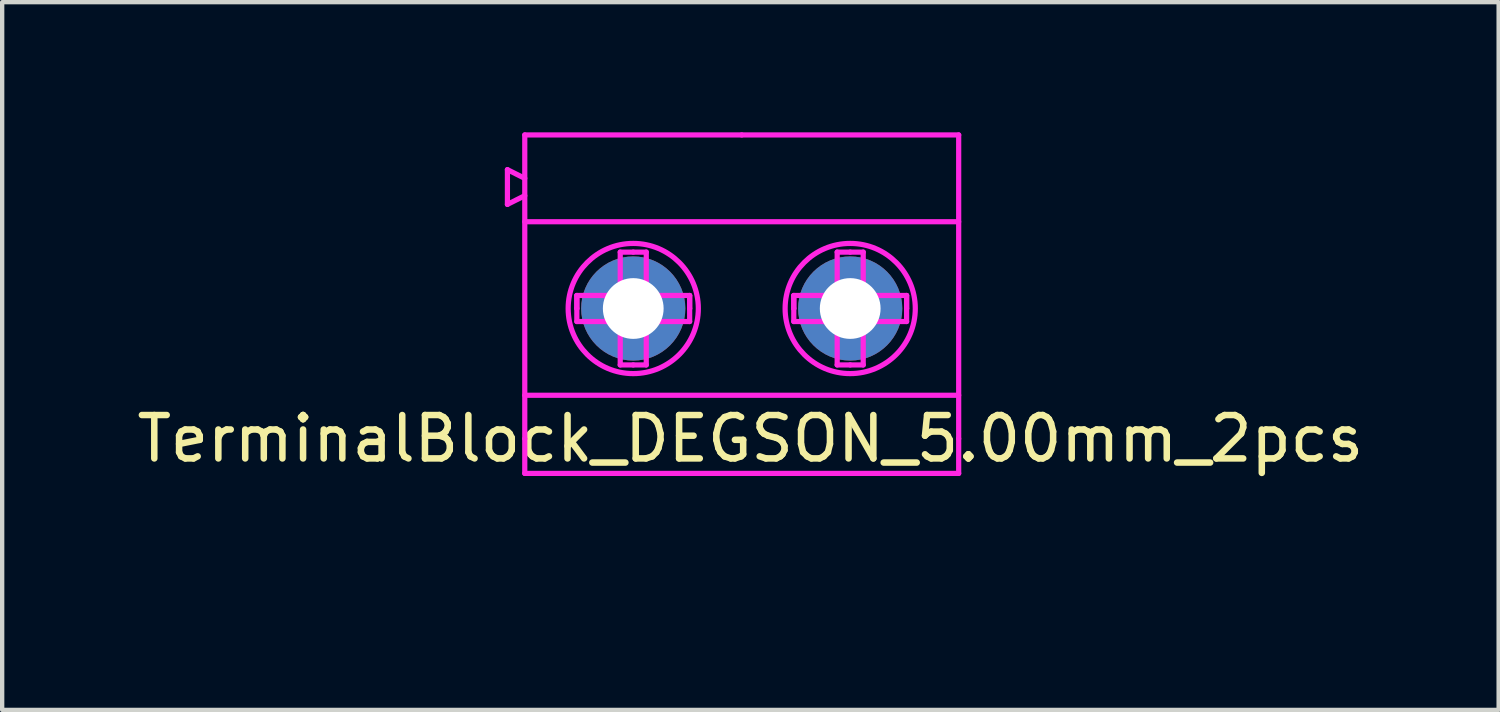
<source format=kicad_pcb>
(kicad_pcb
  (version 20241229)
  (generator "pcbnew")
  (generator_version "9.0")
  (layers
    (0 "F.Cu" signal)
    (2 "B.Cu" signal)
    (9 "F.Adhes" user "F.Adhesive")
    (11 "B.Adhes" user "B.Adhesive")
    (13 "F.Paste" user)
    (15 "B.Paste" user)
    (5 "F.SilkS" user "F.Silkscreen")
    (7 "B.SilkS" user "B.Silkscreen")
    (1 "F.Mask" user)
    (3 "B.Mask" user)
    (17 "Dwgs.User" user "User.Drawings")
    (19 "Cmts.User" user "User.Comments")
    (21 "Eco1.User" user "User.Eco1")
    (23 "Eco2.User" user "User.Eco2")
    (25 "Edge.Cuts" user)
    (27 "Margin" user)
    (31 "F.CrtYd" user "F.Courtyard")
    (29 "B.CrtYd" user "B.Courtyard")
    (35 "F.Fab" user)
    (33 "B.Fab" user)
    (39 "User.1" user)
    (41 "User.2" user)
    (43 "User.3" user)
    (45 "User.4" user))
  (footprint "TerminalBlock_DEGSON_5.00mm_2pcs"
    (layer "F.Cu")
    (at 14.044 10.06)
    (property "Reference" "TerminalBlock_DEGSON_5.00mm_2pcs" (at 0.2 -3 0) (layer "F.SilkS") (effects (font (size 1 1) (thickness 0.15))))
    (attr through_hole)
    (fp_line (start -5.4 -9.2) (end -5 -9) (stroke (width 0.12) (type solid)) (layer "F.CrtYd"))
    (fp_line (start -5.4 -8.4) (end -5.4 -9.2) (stroke (width 0.12) (type solid)) (layer "F.CrtYd"))
    (fp_line (start -5 -10) (end -5 -3) (stroke (width 0.12) (type solid)) (layer "F.CrtYd"))
    (fp_line (start -5 -8.6) (end -5.4 -8.4) (stroke (width 0.12) (type solid)) (layer "F.CrtYd"))
    (fp_line (start -5 -8) (end 5 -8) (stroke (width 0.12) (type solid)) (layer "F.CrtYd"))
    (fp_line (start -5 -4) (end 5 -4) (stroke (width 0.12) (type solid)) (layer "F.CrtYd"))
    (fp_line (start -5 -3) (end -5 -2.2) (stroke (width 0.12) (type solid)) (layer "F.CrtYd"))
    (fp_line (start -5 -2.2) (end 5 -2.2) (stroke (width 0.12) (type solid)) (layer "F.CrtYd"))
    (fp_line (start -3.8 -6.3) (end -3.8 -6) (stroke (width 0.12) (type solid)) (layer "F.CrtYd"))
    (fp_line (start -3.8 -6.3) (end -2.8 -6.3) (stroke (width 0.12) (type solid)) (layer "F.CrtYd"))
    (fp_line (start -3.8 -6) (end -3.8 -6.3) (stroke (width 0.12) (type solid)) (layer "F.CrtYd"))
    (fp_line (start -3.8 -6) (end -3.8 -5.7) (stroke (width 0.12) (type solid)) (layer "F.CrtYd"))
    (fp_line (start -3.8 -5.7) (end -2.8 -5.7) (stroke (width 0.12) (type solid)) (layer "F.CrtYd"))
    (fp_line (start -3.1 -6.3) (end -3.1 -5.7) (stroke (width 0.12) (type solid)) (layer "F.CrtYd"))
    (fp_line (start -2.8 -7.3) (end -2.8 -6.3) (stroke (width 0.12) (type solid)) (layer "F.CrtYd"))
    (fp_line (start -2.8 -6.3) (end -2.2 -5.7) (stroke (width 0.12) (type solid)) (layer "F.CrtYd"))
    (fp_line (start -2.8 -4.7) (end -2.8 -5.7) (stroke (width 0.12) (type solid)) (layer "F.CrtYd"))
    (fp_line (start -2.5 -7.3) (end -2.8 -7.3) (stroke (width 0.12) (type solid)) (layer "F.CrtYd"))
    (fp_line (start -2.5 -7.3) (end -2.2 -7.3) (stroke (width 0.12) (type solid)) (layer "F.CrtYd"))
    (fp_line (start -2.5 -4.7) (end -2.8 -4.7) (stroke (width 0.12) (type solid)) (layer "F.CrtYd"))
    (fp_line (start -2.5 -4.7) (end -2.2 -4.7) (stroke (width 0.12) (type solid)) (layer "F.CrtYd"))
    (fp_line (start -2.2 -6.3) (end -2.8 -5.7) (stroke (width 0.12) (type solid)) (layer "F.CrtYd"))
    (fp_line (start -2.2 -6.3) (end -2.2 -7.3) (stroke (width 0.12) (type solid)) (layer "F.CrtYd"))
    (fp_line (start -2.2 -4.7) (end -2.2 -5.7) (stroke (width 0.12) (type solid)) (layer "F.CrtYd"))
    (fp_line (start -1.9 -6.3) (end -1.9 -5.7) (stroke (width 0.12) (type solid)) (layer "F.CrtYd"))
    (fp_line (start -1.2 -6.3) (end -2.2 -6.3) (stroke (width 0.12) (type solid)) (layer "F.CrtYd"))
    (fp_line (start -1.2 -6.3) (end -1.2 -6) (stroke (width 0.12) (type solid)) (layer "F.CrtYd"))
    (fp_line (start -1.2 -6) (end -1.2 -6.3) (stroke (width 0.12) (type solid)) (layer "F.CrtYd"))
    (fp_line (start -1.2 -6) (end -1.2 -5.7) (stroke (width 0.12) (type solid)) (layer "F.CrtYd"))
    (fp_line (start -1.2 -5.7) (end -2.2 -5.7) (stroke (width 0.12) (type solid)) (layer "F.CrtYd"))
    (fp_line (start 0 -10) (end -5 -10) (stroke (width 0.12) (type solid)) (layer "F.CrtYd"))
    (fp_line (start 0 -10) (end 5 -10) (stroke (width 0.12) (type solid)) (layer "F.CrtYd"))
    (fp_line (start 1.2 -6.3) (end 1.2 -6) (stroke (width 0.12) (type solid)) (layer "F.CrtYd"))
    (fp_line (start 1.2 -6.3) (end 2.2 -6.3) (stroke (width 0.12) (type solid)) (layer "F.CrtYd"))
    (fp_line (start 1.2 -6) (end 1.2 -6.3) (stroke (width 0.12) (type solid)) (layer "F.CrtYd"))
    (fp_line (start 1.2 -6) (end 1.2 -5.7) (stroke (width 0.12) (type solid)) (layer "F.CrtYd"))
    (fp_line (start 1.2 -5.7) (end 2.2 -5.7) (stroke (width 0.12) (type solid)) (layer "F.CrtYd"))
    (fp_line (start 1.9 -6.3) (end 1.9 -5.7) (stroke (width 0.12) (type solid)) (layer "F.CrtYd"))
    (fp_line (start 2.2 -7.3) (end 2.2 -6.3) (stroke (width 0.12) (type solid)) (layer "F.CrtYd"))
    (fp_line (start 2.2 -6.3) (end 2.8 -5.7) (stroke (width 0.12) (type solid)) (layer "F.CrtYd"))
    (fp_line (start 2.2 -4.7) (end 2.2 -5.7) (stroke (width 0.12) (type solid)) (layer "F.CrtYd"))
    (fp_line (start 2.5 -7.3) (end 2.2 -7.3) (stroke (width 0.12) (type solid)) (layer "F.CrtYd"))
    (fp_line (start 2.5 -7.3) (end 2.8 -7.3) (stroke (width 0.12) (type solid)) (layer "F.CrtYd"))
    (fp_line (start 2.5 -4.7) (end 2.2 -4.7) (stroke (width 0.12) (type solid)) (layer "F.CrtYd"))
    (fp_line (start 2.5 -4.7) (end 2.8 -4.7) (stroke (width 0.12) (type solid)) (layer "F.CrtYd"))
    (fp_line (start 2.8 -6.3) (end 2.2 -5.7) (stroke (width 0.12) (type solid)) (layer "F.CrtYd"))
    (fp_line (start 2.8 -6.3) (end 2.8 -7.3) (stroke (width 0.12) (type solid)) (layer "F.CrtYd"))
    (fp_line (start 2.8 -4.7) (end 2.8 -5.7) (stroke (width 0.12) (type solid)) (layer "F.CrtYd"))
    (fp_line (start 3.1 -6.3) (end 3.1 -5.7) (stroke (width 0.12) (type solid)) (layer "F.CrtYd"))
    (fp_line (start 3.8 -6.3) (end 2.8 -6.3) (stroke (width 0.12) (type solid)) (layer "F.CrtYd"))
    (fp_line (start 3.8 -6.3) (end 3.8 -6) (stroke (width 0.12) (type solid)) (layer "F.CrtYd"))
    (fp_line (start 3.8 -6) (end 3.8 -6.3) (stroke (width 0.12) (type solid)) (layer "F.CrtYd"))
    (fp_line (start 3.8 -6) (end 3.8 -5.7) (stroke (width 0.12) (type solid)) (layer "F.CrtYd"))
    (fp_line (start 3.8 -5.7) (end 2.8 -5.7) (stroke (width 0.12) (type solid)) (layer "F.CrtYd"))
    (fp_line (start 5 -10) (end 5 -3) (stroke (width 0.12) (type solid)) (layer "F.CrtYd"))
    (fp_line (start 5 -2.2) (end 5 -3) (stroke (width 0.12) (type solid)) (layer "F.CrtYd"))
    (fp_circle (center -2.5 -6) (end -1 -6) (stroke (width 0.12) (type solid)) (fill no) (layer "F.CrtYd"))
    (fp_circle (center 2.5 -6) (end 4 -6) (stroke (width 0.12) (type solid)) (fill no) (layer "F.CrtYd"))
    (pad "1" thru_hole circle (at 2.5 -6) (size 2.4 2.4) (drill 1.4) (layers "*.Cu" "*.Mask"))
    (pad "2" thru_hole circle (at -2.5 -6) (size 2.4 2.4) (drill 1.4) (layers "*.Cu" "*.Mask")))
  (gr_rect
    (start -3 -3)
    (end 31.488 13.31)
    (stroke (width 0.1) (type default))
    (fill no)
    (layer "Edge.Cuts")))
</source>
